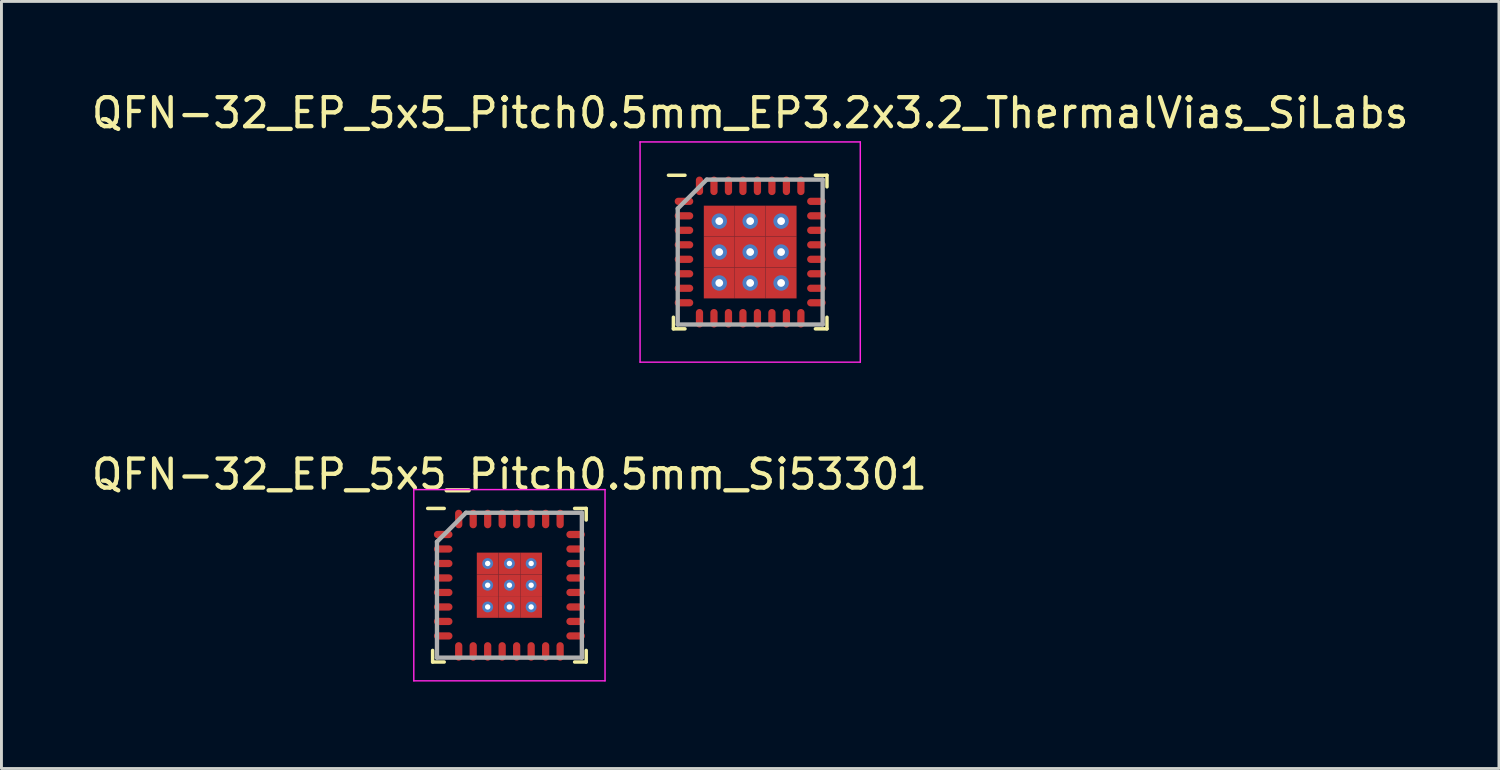
<source format=kicad_pcb>
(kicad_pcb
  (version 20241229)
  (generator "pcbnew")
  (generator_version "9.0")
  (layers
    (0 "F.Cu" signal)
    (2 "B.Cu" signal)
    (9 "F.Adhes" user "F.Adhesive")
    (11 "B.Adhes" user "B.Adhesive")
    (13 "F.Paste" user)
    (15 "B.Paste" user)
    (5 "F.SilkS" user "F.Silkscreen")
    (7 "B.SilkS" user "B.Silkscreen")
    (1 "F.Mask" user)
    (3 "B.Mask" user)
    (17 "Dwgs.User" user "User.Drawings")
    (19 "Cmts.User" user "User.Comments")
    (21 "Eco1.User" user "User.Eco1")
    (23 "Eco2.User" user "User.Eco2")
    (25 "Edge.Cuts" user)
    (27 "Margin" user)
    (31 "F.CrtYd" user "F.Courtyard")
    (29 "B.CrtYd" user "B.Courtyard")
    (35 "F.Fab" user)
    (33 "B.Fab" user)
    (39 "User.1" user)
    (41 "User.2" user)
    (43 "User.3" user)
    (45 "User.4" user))
  (footprint "QFN-32_EP_5x5_Pitch0.5mm_EP3.2x3.2_ThermalVias_SiLabs"
    (layer "F.Cu")
    (at 22.839 5.648)
    (property "Reference" "QFN-32_EP_5x5_Pitch0.5mm_EP3.2x3.2_ThermalVias_SiLabs" (at 0 -4.8 0) (layer "F.SilkS") (effects (font (size 1 1) (thickness 0.15))))
    (attr through_hole)
    (fp_line (start -2.65 2.65) (end -2.65 2.25) (stroke (width 0.12) (type solid)) (layer "F.SilkS"))
    (fp_line (start -2.25 -2.65) (end -2.82 -2.65) (stroke (width 0.12) (type solid)) (layer "F.SilkS"))
    (fp_line (start -2.25 2.65) (end -2.65 2.65) (stroke (width 0.12) (type solid)) (layer "F.SilkS"))
    (fp_line (start 2.25 -2.65) (end 2.65 -2.65) (stroke (width 0.12) (type solid)) (layer "F.SilkS"))
    (fp_line (start 2.25 2.65) (end 2.65 2.65) (stroke (width 0.12) (type solid)) (layer "F.SilkS"))
    (fp_line (start 2.65 -2.65) (end 2.65 -2.25) (stroke (width 0.12) (type solid)) (layer "F.SilkS"))
    (fp_line (start 2.65 2.65) (end 2.65 2.25) (stroke (width 0.12) (type solid)) (layer "F.SilkS"))
    (fp_line (start -3.8 -3.8) (end 3.8 -3.8) (stroke (width 0.05) (type solid)) (layer "F.CrtYd"))
    (fp_line (start -3.8 3.8) (end -3.8 -3.8) (stroke (width 0.05) (type solid)) (layer "F.CrtYd"))
    (fp_line (start 3.8 -3.8) (end 3.8 3.8) (stroke (width 0.05) (type solid)) (layer "F.CrtYd"))
    (fp_line (start 3.8 3.8) (end -3.8 3.8) (stroke (width 0.05) (type solid)) (layer "F.CrtYd"))
    (fp_line (start -2.5 -1.5) (end -2.5 2.5) (stroke (width 0.15) (type solid)) (layer "F.Fab"))
    (fp_line (start -2.5 2.5) (end 2.5 2.5) (stroke (width 0.15) (type solid)) (layer "F.Fab"))
    (fp_line (start -1.5 -2.5) (end -2.5 -1.5) (stroke (width 0.15) (type solid)) (layer "F.Fab"))
    (fp_line (start 2.5 -2.5) (end -1.5 -2.5) (stroke (width 0.15) (type solid)) (layer "F.Fab"))
    (fp_line (start 2.5 2.5) (end 2.5 -2.5) (stroke (width 0.15) (type solid)) (layer "F.Fab"))
    (pad "1" smd oval (at -2.285 -1.75 90) (size 0.25 0.64) (layers "F.Cu" "F.Mask" "F.Paste"))
    (pad "2" smd oval (at -2.285 -1.25 90) (size 0.25 0.64) (layers "F.Cu" "F.Mask" "F.Paste"))
    (pad "3" smd oval (at -2.285 -0.75 90) (size 0.25 0.64) (layers "F.Cu" "F.Mask" "F.Paste"))
    (pad "4" smd oval (at -2.285 -0.25 90) (size 0.25 0.64) (layers "F.Cu" "F.Mask" "F.Paste"))
    (pad "5" smd oval (at -2.285 0.25 90) (size 0.25 0.64) (layers "F.Cu" "F.Mask" "F.Paste"))
    (pad "6" smd oval (at -2.285 0.75 90) (size 0.25 0.64) (layers "F.Cu" "F.Mask" "F.Paste"))
    (pad "7" smd oval (at -2.285 1.25 90) (size 0.25 0.64) (layers "F.Cu" "F.Mask" "F.Paste"))
    (pad "8" smd oval (at -2.285 1.75 90) (size 0.25 0.64) (layers "F.Cu" "F.Mask" "F.Paste"))
    (pad "9" smd oval (at -1.75 2.285) (size 0.25 0.64) (layers "F.Cu" "F.Mask" "F.Paste"))
    (pad "10" smd oval (at -1.25 2.285) (size 0.25 0.64) (layers "F.Cu" "F.Mask" "F.Paste"))
    (pad "11" smd oval (at -0.75 2.285) (size 0.25 0.64) (layers "F.Cu" "F.Mask" "F.Paste"))
    (pad "12" smd oval (at -0.25 2.285) (size 0.25 0.64) (layers "F.Cu" "F.Mask" "F.Paste"))
    (pad "13" smd oval (at 0.25 2.285) (size 0.25 0.64) (layers "F.Cu" "F.Mask" "F.Paste"))
    (pad "14" smd oval (at 0.75 2.285) (size 0.25 0.64) (layers "F.Cu" "F.Mask" "F.Paste"))
    (pad "15" smd oval (at 1.25 2.285) (size 0.25 0.64) (layers "F.Cu" "F.Mask" "F.Paste"))
    (pad "16" smd oval (at 1.75 2.285) (size 0.25 0.64) (layers "F.Cu" "F.Mask" "F.Paste"))
    (pad "17" smd oval (at 2.285 1.75 90) (size 0.25 0.64) (layers "F.Cu" "F.Mask" "F.Paste"))
    (pad "18" smd oval (at 2.285 1.25 90) (size 0.25 0.64) (layers "F.Cu" "F.Mask" "F.Paste"))
    (pad "19" smd oval (at 2.285 0.75 90) (size 0.25 0.64) (layers "F.Cu" "F.Mask" "F.Paste"))
    (pad "20" smd oval (at 2.285 0.25 90) (size 0.25 0.64) (layers "F.Cu" "F.Mask" "F.Paste"))
    (pad "21" smd oval (at 2.285 -0.25 90) (size 0.25 0.64) (layers "F.Cu" "F.Mask" "F.Paste"))
    (pad "22" smd oval (at 2.285 -0.75 90) (size 0.25 0.64) (layers "F.Cu" "F.Mask" "F.Paste"))
    (pad "23" smd oval (at 2.285 -1.25 90) (size 0.25 0.64) (layers "F.Cu" "F.Mask" "F.Paste"))
    (pad "24" smd oval (at 2.285 -1.75 90) (size 0.25 0.64) (layers "F.Cu" "F.Mask" "F.Paste"))
    (pad "25" smd oval (at 1.75 -2.285) (size 0.25 0.64) (layers "F.Cu" "F.Mask" "F.Paste"))
    (pad "26" smd oval (at 1.25 -2.285) (size 0.25 0.64) (layers "F.Cu" "F.Mask" "F.Paste"))
    (pad "27" smd oval (at 0.75 -2.285) (size 0.25 0.64) (layers "F.Cu" "F.Mask" "F.Paste"))
    (pad "28" smd oval (at 0.25 -2.285) (size 0.25 0.64) (layers "F.Cu" "F.Mask" "F.Paste"))
    (pad "29" smd oval (at -0.25 -2.285) (size 0.25 0.64) (layers "F.Cu" "F.Mask" "F.Paste"))
    (pad "30" smd oval (at -0.75 -2.285) (size 0.25 0.64) (layers "F.Cu" "F.Mask" "F.Paste"))
    (pad "31" smd oval (at -1.25 -2.285) (size 0.25 0.64) (layers "F.Cu" "F.Mask" "F.Paste"))
    (pad "32" smd oval (at -1.75 -2.285) (size 0.25 0.64) (layers "F.Cu" "F.Mask" "F.Paste"))
    (pad "33" thru_hole circle (at -1.067 -1.067) (size 0.533 0.533) (drill 0.267) (layers "*.Cu" "*.Mask"))
    (pad "33" smd rect (at -1.067 -1.067) (size 1.067 1.067) (layers "F.Cu" "F.Mask" "F.Paste"))
    (pad "33" thru_hole circle (at -1.067 0) (size 0.533 0.533) (drill 0.267) (layers "*.Cu" "*.Mask"))
    (pad "33" smd rect (at -1.067 0) (size 1.067 1.067) (layers "F.Cu" "F.Mask" "F.Paste"))
    (pad "33" thru_hole circle (at -1.067 1.067) (size 0.533 0.533) (drill 0.267) (layers "*.Cu" "*.Mask"))
    (pad "33" smd rect (at -1.067 1.067) (size 1.067 1.067) (layers "F.Cu" "F.Mask" "F.Paste"))
    (pad "33" thru_hole circle (at 0 -1.067) (size 0.533 0.533) (drill 0.267) (layers "*.Cu" "*.Mask"))
    (pad "33" smd rect (at 0 -1.067) (size 1.067 1.067) (layers "F.Cu" "F.Mask" "F.Paste"))
    (pad "33" thru_hole circle (at 0 0) (size 0.533 0.533) (drill 0.267) (layers "*.Cu" "*.Mask"))
    (pad "33" smd rect (at 0 0) (size 1.067 1.067) (layers "F.Cu" "F.Mask" "F.Paste"))
    (pad "33" thru_hole circle (at 0 1.067) (size 0.533 0.533) (drill 0.267) (layers "*.Cu" "*.Mask"))
    (pad "33" smd rect (at 0 1.067) (size 1.067 1.067) (layers "F.Cu" "F.Mask" "F.Paste"))
    (pad "33" thru_hole circle (at 1.067 -1.067) (size 0.533 0.533) (drill 0.267) (layers "*.Cu" "*.Mask"))
    (pad "33" smd rect (at 1.067 -1.067) (size 1.067 1.067) (layers "F.Cu" "F.Mask" "F.Paste"))
    (pad "33" thru_hole circle (at 1.067 0) (size 0.533 0.533) (drill 0.267) (layers "*.Cu" "*.Mask"))
    (pad "33" smd rect (at 1.067 0) (size 1.067 1.067) (layers "F.Cu" "F.Mask" "F.Paste"))
    (pad "33" thru_hole circle (at 1.067 1.067) (size 0.533 0.533) (drill 0.267) (layers "*.Cu" "*.Mask"))
    (pad "33" smd rect (at 1.067 1.067) (size 1.067 1.067) (layers "F.Cu" "F.Mask" "F.Paste")))
  (footprint "QFN-32_EP_5x5_Pitch0.5mm_Si53301"
    (layer "F.Cu")
    (at 14.53 17.146)
    (property "Reference" "QFN-32_EP_5x5_Pitch0.5mm_Si53301" (at 0 -3.825 180) (layer "F.SilkS") (effects (font (size 1 1) (thickness 0.15))))
    (attr through_hole)
    (fp_line (start -2.65 2.65) (end -2.65 2.25) (stroke (width 0.12) (type solid)) (layer "F.SilkS"))
    (fp_line (start -2.25 -2.65) (end -2.82 -2.65) (stroke (width 0.12) (type solid)) (layer "F.SilkS"))
    (fp_line (start -2.25 2.65) (end -2.65 2.65) (stroke (width 0.12) (type solid)) (layer "F.SilkS"))
    (fp_line (start 2.25 -2.65) (end 2.65 -2.65) (stroke (width 0.12) (type solid)) (layer "F.SilkS"))
    (fp_line (start 2.25 2.65) (end 2.65 2.65) (stroke (width 0.12) (type solid)) (layer "F.SilkS"))
    (fp_line (start 2.65 -2.65) (end 2.65 -2.25) (stroke (width 0.12) (type solid)) (layer "F.SilkS"))
    (fp_line (start 2.65 2.65) (end 2.65 2.25) (stroke (width 0.12) (type solid)) (layer "F.SilkS"))
    (fp_line (start -3.3 -3.3) (end 3.3 -3.3) (stroke (width 0.05) (type solid)) (layer "F.CrtYd"))
    (fp_line (start -3.3 3.3) (end -3.3 -3.3) (stroke (width 0.05) (type solid)) (layer "F.CrtYd"))
    (fp_line (start 3.3 -3.3) (end 3.3 3.3) (stroke (width 0.05) (type solid)) (layer "F.CrtYd"))
    (fp_line (start 3.3 3.3) (end -3.3 3.3) (stroke (width 0.05) (type solid)) (layer "F.CrtYd"))
    (fp_line (start -2.5 -1.5) (end -2.5 2.5) (stroke (width 0.15) (type solid)) (layer "F.Fab"))
    (fp_line (start -2.5 2.5) (end 2.5 2.5) (stroke (width 0.15) (type solid)) (layer "F.Fab"))
    (fp_line (start -1.5 -2.5) (end -2.5 -1.5) (stroke (width 0.15) (type solid)) (layer "F.Fab"))
    (fp_line (start 2.5 -2.5) (end -1.5 -2.5) (stroke (width 0.15) (type solid)) (layer "F.Fab"))
    (fp_line (start 2.5 2.5) (end 2.5 -2.5) (stroke (width 0.15) (type solid)) (layer "F.Fab"))
    (pad "1" smd oval (at -2.285 -1.75 90) (size 0.25 0.64) (layers "F.Cu" "F.Mask" "F.Paste"))
    (pad "2" smd oval (at -2.285 -1.25 90) (size 0.25 0.64) (layers "F.Cu" "F.Mask" "F.Paste"))
    (pad "3" smd oval (at -2.285 -0.75 90) (size 0.25 0.64) (layers "F.Cu" "F.Mask" "F.Paste"))
    (pad "4" smd oval (at -2.285 -0.25 90) (size 0.25 0.64) (layers "F.Cu" "F.Mask" "F.Paste"))
    (pad "5" smd oval (at -2.285 0.25 90) (size 0.25 0.64) (layers "F.Cu" "F.Mask" "F.Paste"))
    (pad "6" smd oval (at -2.285 0.75 90) (size 0.25 0.64) (layers "F.Cu" "F.Mask" "F.Paste"))
    (pad "7" smd oval (at -2.285 1.25 90) (size 0.25 0.64) (layers "F.Cu" "F.Mask" "F.Paste"))
    (pad "8" smd oval (at -2.285 1.75 90) (size 0.25 0.64) (layers "F.Cu" "F.Mask" "F.Paste"))
    (pad "9" smd oval (at -1.75 2.285) (size 0.25 0.64) (layers "F.Cu" "F.Mask" "F.Paste"))
    (pad "10" smd oval (at -1.25 2.285) (size 0.25 0.64) (layers "F.Cu" "F.Mask" "F.Paste"))
    (pad "11" smd oval (at -0.75 2.285) (size 0.25 0.64) (layers "F.Cu" "F.Mask" "F.Paste"))
    (pad "12" smd oval (at -0.25 2.285) (size 0.25 0.64) (layers "F.Cu" "F.Mask" "F.Paste"))
    (pad "13" smd oval (at 0.25 2.285) (size 0.25 0.64) (layers "F.Cu" "F.Mask" "F.Paste"))
    (pad "14" smd oval (at 0.75 2.285) (size 0.25 0.64) (layers "F.Cu" "F.Mask" "F.Paste"))
    (pad "15" smd oval (at 1.25 2.285) (size 0.25 0.64) (layers "F.Cu" "F.Mask" "F.Paste"))
    (pad "16" smd oval (at 1.75 2.285) (size 0.25 0.64) (layers "F.Cu" "F.Mask" "F.Paste"))
    (pad "17" smd oval (at 2.285 1.75 90) (size 0.25 0.64) (layers "F.Cu" "F.Mask" "F.Paste"))
    (pad "18" smd oval (at 2.285 1.25 90) (size 0.25 0.64) (layers "F.Cu" "F.Mask" "F.Paste"))
    (pad "19" smd oval (at 2.285 0.75 90) (size 0.25 0.64) (layers "F.Cu" "F.Mask" "F.Paste"))
    (pad "20" smd oval (at 2.285 0.25 90) (size 0.25 0.64) (layers "F.Cu" "F.Mask" "F.Paste"))
    (pad "21" smd oval (at 2.285 -0.25 90) (size 0.25 0.64) (layers "F.Cu" "F.Mask" "F.Paste"))
    (pad "22" smd oval (at 2.285 -0.75 90) (size 0.25 0.64) (layers "F.Cu" "F.Mask" "F.Paste"))
    (pad "23" smd oval (at 2.285 -1.25 90) (size 0.25 0.64) (layers "F.Cu" "F.Mask" "F.Paste"))
    (pad "24" smd oval (at 2.285 -1.75 90) (size 0.25 0.64) (layers "F.Cu" "F.Mask" "F.Paste"))
    (pad "25" smd oval (at 1.75 -2.285) (size 0.25 0.64) (layers "F.Cu" "F.Mask" "F.Paste"))
    (pad "26" smd oval (at 1.25 -2.285) (size 0.25 0.64) (layers "F.Cu" "F.Mask" "F.Paste"))
    (pad "27" smd oval (at 0.75 -2.285) (size 0.25 0.64) (layers "F.Cu" "F.Mask" "F.Paste"))
    (pad "28" smd oval (at 0.25 -2.285) (size 0.25 0.64) (layers "F.Cu" "F.Mask" "F.Paste"))
    (pad "29" smd oval (at -0.25 -2.285) (size 0.25 0.64) (layers "F.Cu" "F.Mask" "F.Paste"))
    (pad "30" smd oval (at -0.75 -2.285) (size 0.25 0.64) (layers "F.Cu" "F.Mask" "F.Paste"))
    (pad "31" smd oval (at -1.25 -2.285) (size 0.25 0.64) (layers "F.Cu" "F.Mask" "F.Paste"))
    (pad "32" smd oval (at -1.75 -2.285) (size 0.25 0.64) (layers "F.Cu" "F.Mask" "F.Paste"))
    (pad "33" thru_hole circle (at -0.75 -0.75) (size 0.375 0.375) (drill 0.188) (layers "*.Cu" "*.Mask"))
    (pad "33" smd rect (at -0.75 -0.75) (size 0.75 0.75) (layers "F.Cu" "F.Mask" "F.Paste"))
    (pad "33" thru_hole circle (at -0.75 0) (size 0.375 0.375) (drill 0.188) (layers "*.Cu" "*.Mask"))
    (pad "33" smd rect (at -0.75 0) (size 0.75 0.75) (layers "F.Cu" "F.Mask" "F.Paste"))
    (pad "33" thru_hole circle (at -0.75 0.75) (size 0.375 0.375) (drill 0.188) (layers "*.Cu" "*.Mask"))
    (pad "33" smd rect (at -0.75 0.75) (size 0.75 0.75) (layers "F.Cu" "F.Mask" "F.Paste"))
    (pad "33" thru_hole circle (at 0 -0.75) (size 0.375 0.375) (drill 0.188) (layers "*.Cu" "*.Mask"))
    (pad "33" smd rect (at 0 -0.75) (size 0.75 0.75) (layers "F.Cu" "F.Mask" "F.Paste"))
    (pad "33" thru_hole circle (at 0 0) (size 0.375 0.375) (drill 0.188) (layers "*.Cu" "*.Mask"))
    (pad "33" smd rect (at 0 0) (size 0.75 0.75) (layers "F.Cu" "F.Mask" "F.Paste"))
    (pad "33" thru_hole circle (at 0 0.75) (size 0.375 0.375) (drill 0.188) (layers "*.Cu" "*.Mask"))
    (pad "33" smd rect (at 0 0.75) (size 0.75 0.75) (layers "F.Cu" "F.Mask" "F.Paste"))
    (pad "33" thru_hole circle (at 0.75 -0.75) (size 0.375 0.375) (drill 0.188) (layers "*.Cu" "*.Mask"))
    (pad "33" smd rect (at 0.75 -0.75) (size 0.75 0.75) (layers "F.Cu" "F.Mask" "F.Paste"))
    (pad "33" thru_hole circle (at 0.75 0) (size 0.375 0.375) (drill 0.188) (layers "*.Cu" "*.Mask"))
    (pad "33" smd rect (at 0.75 0) (size 0.75 0.75) (layers "F.Cu" "F.Mask" "F.Paste"))
    (pad "33" thru_hole circle (at 0.75 0.75) (size 0.375 0.375) (drill 0.188) (layers "*.Cu" "*.Mask"))
    (pad "33" smd rect (at 0.75 0.75) (size 0.75 0.75) (layers "F.Cu" "F.Mask" "F.Paste")))
  (gr_rect
    (start -3 -3)
    (end 48.679 23.471)
    (stroke (width 0.1) (type default))
    (fill no)
    (layer "Edge.Cuts")))
</source>
